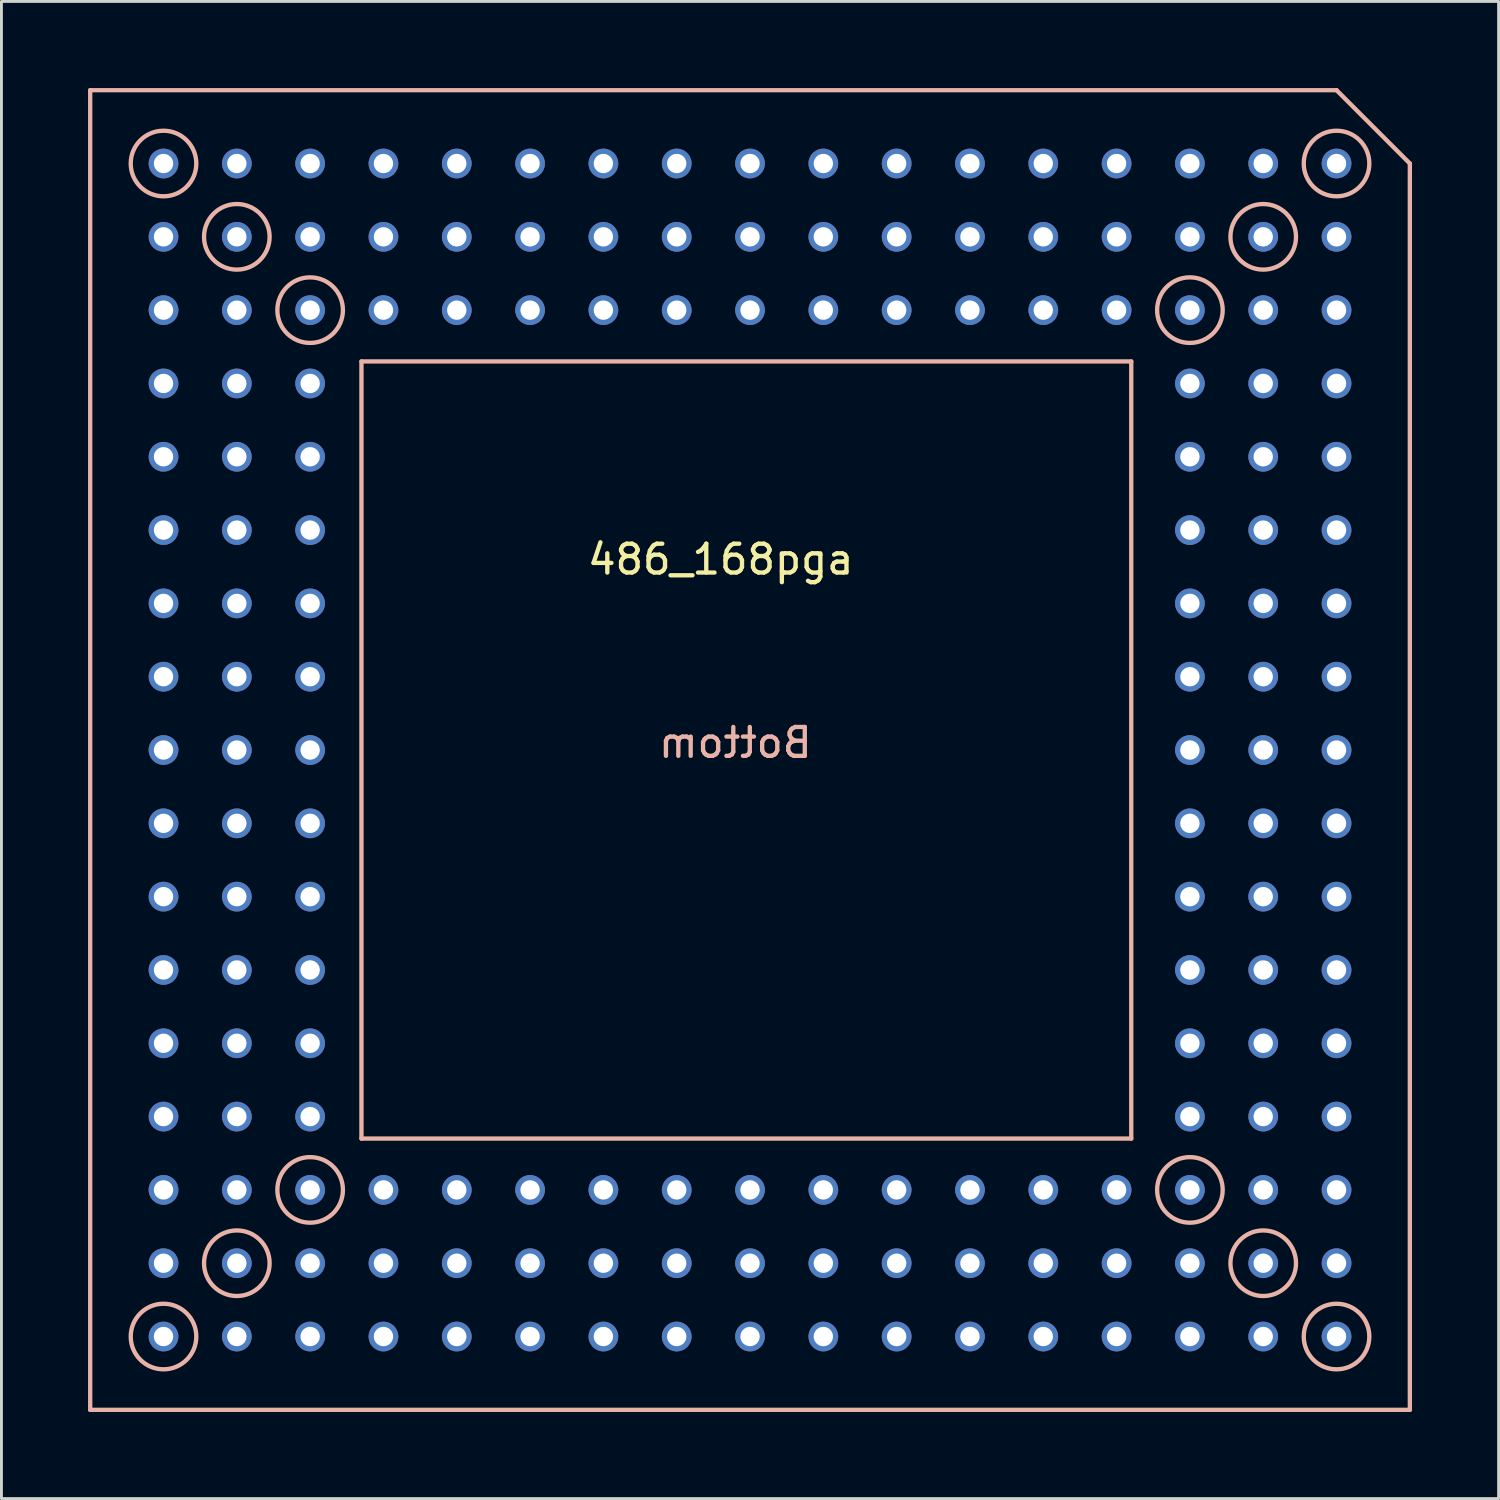
<source format=kicad_pcb>
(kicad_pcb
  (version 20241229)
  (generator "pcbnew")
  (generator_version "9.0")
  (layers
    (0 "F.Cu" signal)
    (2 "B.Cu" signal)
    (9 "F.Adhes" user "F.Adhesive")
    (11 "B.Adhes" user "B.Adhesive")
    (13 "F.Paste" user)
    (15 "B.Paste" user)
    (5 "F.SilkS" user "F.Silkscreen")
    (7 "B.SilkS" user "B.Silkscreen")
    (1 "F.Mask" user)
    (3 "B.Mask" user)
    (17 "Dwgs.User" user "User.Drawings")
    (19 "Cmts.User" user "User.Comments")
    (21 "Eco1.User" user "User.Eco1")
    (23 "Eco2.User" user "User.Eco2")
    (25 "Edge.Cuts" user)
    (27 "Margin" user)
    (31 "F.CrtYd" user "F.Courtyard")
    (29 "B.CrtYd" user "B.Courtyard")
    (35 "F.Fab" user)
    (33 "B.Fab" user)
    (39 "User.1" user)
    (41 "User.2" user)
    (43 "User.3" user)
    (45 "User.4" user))
  (footprint "486_168pga"
    (layer "F.Cu")
    (at 43.255 2.615)
    (property "Reference" "486_168pga" (at -21.336 13.716 0) (layer "F.SilkS") (effects (font (size 1 1) (thickness 0.15))))
    (attr through_hole)
    (fp_line (start -43.18 -2.54) (end 0 -2.54) (stroke (width 0.15) (type solid)) (layer "B.SilkS"))
    (fp_line (start -43.18 43.18) (end -43.18 -2.54) (stroke (width 0.15) (type solid)) (layer "B.SilkS"))
    (fp_line (start -33.782 6.858) (end -7.112 6.858) (stroke (width 0.15) (type solid)) (layer "B.SilkS"))
    (fp_line (start -33.782 33.782) (end -33.782 6.858) (stroke (width 0.15) (type solid)) (layer "B.SilkS"))
    (fp_line (start -33.782 33.782) (end -7.112 33.782) (stroke (width 0.15) (type solid)) (layer "B.SilkS"))
    (fp_line (start -7.112 33.782) (end -7.112 6.858) (stroke (width 0.15) (type solid)) (layer "B.SilkS"))
    (fp_line (start 0 -2.54) (end 2.54 0) (stroke (width 0.15) (type solid)) (layer "B.SilkS"))
    (fp_line (start 2.54 0) (end 2.54 43.18) (stroke (width 0.15) (type solid)) (layer "B.SilkS"))
    (fp_line (start 2.54 43.18) (end -43.18 43.18) (stroke (width 0.15) (type solid)) (layer "B.SilkS"))
    (fp_circle (center -40.64 0) (end -41.148 -1.016) (stroke (width 0.15) (type solid)) (fill no) (layer "B.SilkS"))
    (fp_circle (center -40.64 40.64) (end -41.148 39.624) (stroke (width 0.15) (type solid)) (fill no) (layer "B.SilkS"))
    (fp_circle (center -38.1 2.54) (end -38.608 1.524) (stroke (width 0.15) (type solid)) (fill no) (layer "B.SilkS"))
    (fp_circle (center -38.1 38.1) (end -38.608 37.084) (stroke (width 0.15) (type solid)) (fill no) (layer "B.SilkS"))
    (fp_circle (center -35.56 5.08) (end -36.068 4.064) (stroke (width 0.15) (type solid)) (fill no) (layer "B.SilkS"))
    (fp_circle (center -35.56 35.56) (end -36.068 34.544) (stroke (width 0.15) (type solid)) (fill no) (layer "B.SilkS"))
    (fp_circle (center -5.08 5.08) (end -5.588 4.064) (stroke (width 0.15) (type solid)) (fill no) (layer "B.SilkS"))
    (fp_circle (center -5.08 35.56) (end -5.588 34.544) (stroke (width 0.15) (type solid)) (fill no) (layer "B.SilkS"))
    (fp_circle (center -2.54 2.54) (end -3.048 1.524) (stroke (width 0.15) (type solid)) (fill no) (layer "B.SilkS"))
    (fp_circle (center -2.54 38.1) (end -3.048 37.084) (stroke (width 0.15) (type solid)) (fill no) (layer "B.SilkS"))
    (fp_circle (center 0 0) (end -0.508 -1.016) (stroke (width 0.15) (type solid)) (fill no) (layer "B.SilkS"))
    (fp_circle (center 0 40.64) (end -0.508 39.624) (stroke (width 0.15) (type solid)) (fill no) (layer "B.SilkS"))
    (fp_text user "Bottom" (at -20.828 20.066 180) (layer "B.SilkS") (effects (font (size 1 1) (thickness 0.15)) (justify mirror)))
    (pad "A1" thru_hole circle (at 0 0) (size 1.03 1.03) (drill 0.67) (layers "*.Cu" "*.Mask"))
    (pad "A2" thru_hole circle (at 0 2.54) (size 1.03 1.03) (drill 0.67) (layers "*.Cu" "*.Mask"))
    (pad "A3" thru_hole circle (at 0 5.08) (size 1.03 1.03) (drill 0.67) (layers "*.Cu" "*.Mask"))
    (pad "A4" thru_hole circle (at 0 7.62) (size 1.03 1.03) (drill 0.67) (layers "*.Cu" "*.Mask"))
    (pad "A5" thru_hole circle (at 0 10.16) (size 1.03 1.03) (drill 0.67) (layers "*.Cu" "*.Mask"))
    (pad "A6" thru_hole circle (at 0 12.7) (size 1.03 1.03) (drill 0.67) (layers "*.Cu" "*.Mask"))
    (pad "A7" thru_hole circle (at 0 15.24) (size 1.03 1.03) (drill 0.67) (layers "*.Cu" "*.Mask"))
    (pad "A8" thru_hole circle (at 0 17.78) (size 1.03 1.03) (drill 0.67) (layers "*.Cu" "*.Mask"))
    (pad "A9" thru_hole circle (at 0 20.32) (size 1.03 1.03) (drill 0.67) (layers "*.Cu" "*.Mask"))
    (pad "A10" thru_hole circle (at 0 22.86) (size 1.03 1.03) (drill 0.67) (layers "*.Cu" "*.Mask"))
    (pad "A11" thru_hole circle (at 0 25.4) (size 1.03 1.03) (drill 0.67) (layers "*.Cu" "*.Mask"))
    (pad "A12" thru_hole circle (at 0 27.94) (size 1.03 1.03) (drill 0.67) (layers "*.Cu" "*.Mask"))
    (pad "A13" thru_hole circle (at 0 30.48) (size 1.03 1.03) (drill 0.67) (layers "*.Cu" "*.Mask"))
    (pad "A14" thru_hole circle (at 0 33.02) (size 1.03 1.03) (drill 0.67) (layers "*.Cu" "*.Mask"))
    (pad "A15" thru_hole circle (at 0 35.56) (size 1.03 1.03) (drill 0.67) (layers "*.Cu" "*.Mask"))
    (pad "A16" thru_hole circle (at 0 38.1) (size 1.03 1.03) (drill 0.67) (layers "*.Cu" "*.Mask"))
    (pad "A17" thru_hole circle (at 0 40.64) (size 1.03 1.03) (drill 0.67) (layers "*.Cu" "*.Mask"))
    (pad "B1" thru_hole circle (at -2.54 0) (size 1.03 1.03) (drill 0.67) (layers "*.Cu" "*.Mask"))
    (pad "B2" thru_hole circle (at -2.54 2.54) (size 1.03 1.03) (drill 0.67) (layers "*.Cu" "*.Mask"))
    (pad "B3" thru_hole circle (at -2.54 5.08) (size 1.03 1.03) (drill 0.67) (layers "*.Cu" "*.Mask"))
    (pad "B4" thru_hole circle (at -2.54 7.62) (size 1.03 1.03) (drill 0.67) (layers "*.Cu" "*.Mask"))
    (pad "B5" thru_hole circle (at -2.54 10.16) (size 1.03 1.03) (drill 0.67) (layers "*.Cu" "*.Mask"))
    (pad "B6" thru_hole circle (at -2.54 12.7) (size 1.03 1.03) (drill 0.67) (layers "*.Cu" "*.Mask"))
    (pad "B7" thru_hole circle (at -2.54 15.24) (size 1.03 1.03) (drill 0.67) (layers "*.Cu" "*.Mask"))
    (pad "B8" thru_hole circle (at -2.54 17.78) (size 1.03 1.03) (drill 0.67) (layers "*.Cu" "*.Mask"))
    (pad "B9" thru_hole circle (at -2.54 20.32) (size 1.03 1.03) (drill 0.67) (layers "*.Cu" "*.Mask"))
    (pad "B10" thru_hole circle (at -2.54 22.86) (size 1.03 1.03) (drill 0.67) (layers "*.Cu" "*.Mask"))
    (pad "B11" thru_hole circle (at -2.54 25.4) (size 1.03 1.03) (drill 0.67) (layers "*.Cu" "*.Mask"))
    (pad "B12" thru_hole circle (at -2.54 27.94) (size 1.03 1.03) (drill 0.67) (layers "*.Cu" "*.Mask"))
    (pad "B13" thru_hole circle (at -2.54 30.48) (size 1.03 1.03) (drill 0.67) (layers "*.Cu" "*.Mask"))
    (pad "B14" thru_hole circle (at -2.54 33.02) (size 1.03 1.03) (drill 0.67) (layers "*.Cu" "*.Mask"))
    (pad "B15" thru_hole circle (at -2.54 35.56) (size 1.03 1.03) (drill 0.67) (layers "*.Cu" "*.Mask"))
    (pad "B16" thru_hole circle (at -2.54 38.1) (size 1.03 1.03) (drill 0.67) (layers "*.Cu" "*.Mask"))
    (pad "B17" thru_hole circle (at -2.54 40.64) (size 1.03 1.03) (drill 0.67) (layers "*.Cu" "*.Mask"))
    (pad "C1" thru_hole circle (at -5.08 0) (size 1.03 1.03) (drill 0.67) (layers "*.Cu" "*.Mask"))
    (pad "C2" thru_hole circle (at -5.08 2.54) (size 1.03 1.03) (drill 0.67) (layers "*.Cu" "*.Mask"))
    (pad "C3" thru_hole circle (at -5.08 5.08) (size 1.03 1.03) (drill 0.67) (layers "*.Cu" "*.Mask"))
    (pad "C4" thru_hole circle (at -5.08 7.62) (size 1.03 1.03) (drill 0.67) (layers "*.Cu" "*.Mask"))
    (pad "C5" thru_hole circle (at -5.08 10.16) (size 1.03 1.03) (drill 0.67) (layers "*.Cu" "*.Mask"))
    (pad "C6" thru_hole circle (at -5.08 12.7) (size 1.03 1.03) (drill 0.67) (layers "*.Cu" "*.Mask"))
    (pad "C7" thru_hole circle (at -5.08 15.24) (size 1.03 1.03) (drill 0.67) (layers "*.Cu" "*.Mask"))
    (pad "C8" thru_hole circle (at -5.08 17.78) (size 1.03 1.03) (drill 0.67) (layers "*.Cu" "*.Mask"))
    (pad "C9" thru_hole circle (at -5.08 20.32) (size 1.03 1.03) (drill 0.67) (layers "*.Cu" "*.Mask"))
    (pad "C10" thru_hole circle (at -5.08 22.86) (size 1.03 1.03) (drill 0.67) (layers "*.Cu" "*.Mask"))
    (pad "C11" thru_hole circle (at -5.08 25.4) (size 1.03 1.03) (drill 0.67) (layers "*.Cu" "*.Mask"))
    (pad "C12" thru_hole circle (at -5.08 27.94) (size 1.03 1.03) (drill 0.67) (layers "*.Cu" "*.Mask"))
    (pad "C13" thru_hole circle (at -5.08 30.48) (size 1.03 1.03) (drill 0.67) (layers "*.Cu" "*.Mask"))
    (pad "C14" thru_hole circle (at -5.08 33.02) (size 1.03 1.03) (drill 0.67) (layers "*.Cu" "*.Mask"))
    (pad "C15" thru_hole circle (at -5.08 35.56) (size 1.03 1.03) (drill 0.67) (layers "*.Cu" "*.Mask"))
    (pad "C16" thru_hole circle (at -5.08 38.1) (size 1.03 1.03) (drill 0.67) (layers "*.Cu" "*.Mask"))
    (pad "C17" thru_hole circle (at -5.08 40.64) (size 1.03 1.03) (drill 0.67) (layers "*.Cu" "*.Mask"))
    (pad "D1" thru_hole circle (at -7.62 0) (size 1.03 1.03) (drill 0.67) (layers "*.Cu" "*.Mask"))
    (pad "D2" thru_hole circle (at -7.62 2.54) (size 1.03 1.03) (drill 0.67) (layers "*.Cu" "*.Mask"))
    (pad "D3" thru_hole circle (at -7.62 5.08) (size 1.03 1.03) (drill 0.67) (layers "*.Cu" "*.Mask"))
    (pad "D15" thru_hole circle (at -7.62 35.56) (size 1.03 1.03) (drill 0.67) (layers "*.Cu" "*.Mask"))
    (pad "D16" thru_hole circle (at -7.62 38.1) (size 1.03 1.03) (drill 0.67) (layers "*.Cu" "*.Mask"))
    (pad "D17" thru_hole circle (at -7.62 40.64) (size 1.03 1.03) (drill 0.67) (layers "*.Cu" "*.Mask"))
    (pad "E1" thru_hole circle (at -10.16 0) (size 1.03 1.03) (drill 0.67) (layers "*.Cu" "*.Mask"))
    (pad "E2" thru_hole circle (at -10.16 2.54) (size 1.03 1.03) (drill 0.67) (layers "*.Cu" "*.Mask"))
    (pad "E3" thru_hole circle (at -10.16 5.08) (size 1.03 1.03) (drill 0.67) (layers "*.Cu" "*.Mask"))
    (pad "E15" thru_hole circle (at -10.16 35.56) (size 1.03 1.03) (drill 0.67) (layers "*.Cu" "*.Mask"))
    (pad "E16" thru_hole circle (at -10.16 38.1) (size 1.03 1.03) (drill 0.67) (layers "*.Cu" "*.Mask"))
    (pad "E17" thru_hole circle (at -10.16 40.64) (size 1.03 1.03) (drill 0.67) (layers "*.Cu" "*.Mask"))
    (pad "F1" thru_hole circle (at -12.7 0) (size 1.03 1.03) (drill 0.67) (layers "*.Cu" "*.Mask"))
    (pad "F2" thru_hole circle (at -12.7 2.54) (size 1.03 1.03) (drill 0.67) (layers "*.Cu" "*.Mask"))
    (pad "F3" thru_hole circle (at -12.7 5.08) (size 1.03 1.03) (drill 0.67) (layers "*.Cu" "*.Mask"))
    (pad "F15" thru_hole circle (at -12.7 35.56) (size 1.03 1.03) (drill 0.67) (layers "*.Cu" "*.Mask"))
    (pad "F16" thru_hole circle (at -12.7 38.1) (size 1.03 1.03) (drill 0.67) (layers "*.Cu" "*.Mask"))
    (pad "F17" thru_hole circle (at -12.7 40.64) (size 1.03 1.03) (drill 0.67) (layers "*.Cu" "*.Mask"))
    (pad "G1" thru_hole circle (at -15.24 0) (size 1.03 1.03) (drill 0.67) (layers "*.Cu" "*.Mask"))
    (pad "G2" thru_hole circle (at -15.24 2.54) (size 1.03 1.03) (drill 0.67) (layers "*.Cu" "*.Mask"))
    (pad "G3" thru_hole circle (at -15.24 5.08) (size 1.03 1.03) (drill 0.67) (layers "*.Cu" "*.Mask"))
    (pad "G15" thru_hole circle (at -15.24 35.56) (size 1.03 1.03) (drill 0.67) (layers "*.Cu" "*.Mask"))
    (pad "G16" thru_hole circle (at -15.24 38.1) (size 1.03 1.03) (drill 0.67) (layers "*.Cu" "*.Mask"))
    (pad "G17" thru_hole circle (at -15.24 40.64) (size 1.03 1.03) (drill 0.67) (layers "*.Cu" "*.Mask"))
    (pad "H1" thru_hole circle (at -17.78 0) (size 1.03 1.03) (drill 0.67) (layers "*.Cu" "*.Mask"))
    (pad "H2" thru_hole circle (at -17.78 2.54) (size 1.03 1.03) (drill 0.67) (layers "*.Cu" "*.Mask"))
    (pad "H3" thru_hole circle (at -17.78 5.08) (size 1.03 1.03) (drill 0.67) (layers "*.Cu" "*.Mask"))
    (pad "H15" thru_hole circle (at -17.78 35.56) (size 1.03 1.03) (drill 0.67) (layers "*.Cu" "*.Mask"))
    (pad "H16" thru_hole circle (at -17.78 38.1) (size 1.03 1.03) (drill 0.67) (layers "*.Cu" "*.Mask"))
    (pad "H17" thru_hole circle (at -17.78 40.64) (size 1.03 1.03) (drill 0.67) (layers "*.Cu" "*.Mask"))
    (pad "J1" thru_hole circle (at -20.32 0) (size 1.03 1.03) (drill 0.67) (layers "*.Cu" "*.Mask"))
    (pad "J2" thru_hole circle (at -20.32 2.54) (size 1.03 1.03) (drill 0.67) (layers "*.Cu" "*.Mask"))
    (pad "J3" thru_hole circle (at -20.32 5.08) (size 1.03 1.03) (drill 0.67) (layers "*.Cu" "*.Mask"))
    (pad "J15" thru_hole circle (at -20.32 35.56) (size 1.03 1.03) (drill 0.67) (layers "*.Cu" "*.Mask"))
    (pad "J16" thru_hole circle (at -20.32 38.1) (size 1.03 1.03) (drill 0.67) (layers "*.Cu" "*.Mask"))
    (pad "J17" thru_hole circle (at -20.32 40.64) (size 1.03 1.03) (drill 0.67) (layers "*.Cu" "*.Mask"))
    (pad "K1" thru_hole circle (at -22.86 0) (size 1.03 1.03) (drill 0.67) (layers "*.Cu" "*.Mask"))
    (pad "K2" thru_hole circle (at -22.86 2.54) (size 1.03 1.03) (drill 0.67) (layers "*.Cu" "*.Mask"))
    (pad "K3" thru_hole circle (at -22.86 5.08) (size 1.03 1.03) (drill 0.67) (layers "*.Cu" "*.Mask"))
    (pad "K15" thru_hole circle (at -22.86 35.56) (size 1.03 1.03) (drill 0.67) (layers "*.Cu" "*.Mask"))
    (pad "K16" thru_hole circle (at -22.86 38.1) (size 1.03 1.03) (drill 0.67) (layers "*.Cu" "*.Mask"))
    (pad "K17" thru_hole circle (at -22.86 40.64) (size 1.03 1.03) (drill 0.67) (layers "*.Cu" "*.Mask"))
    (pad "L1" thru_hole circle (at -25.4 0) (size 1.03 1.03) (drill 0.67) (layers "*.Cu" "*.Mask"))
    (pad "L2" thru_hole circle (at -25.4 2.54) (size 1.03 1.03) (drill 0.67) (layers "*.Cu" "*.Mask"))
    (pad "L3" thru_hole circle (at -25.4 5.08) (size 1.03 1.03) (drill 0.67) (layers "*.Cu" "*.Mask"))
    (pad "L15" thru_hole circle (at -25.4 35.56) (size 1.03 1.03) (drill 0.67) (layers "*.Cu" "*.Mask"))
    (pad "L16" thru_hole circle (at -25.4 38.1) (size 1.03 1.03) (drill 0.67) (layers "*.Cu" "*.Mask"))
    (pad "L17" thru_hole circle (at -25.4 40.64) (size 1.03 1.03) (drill 0.67) (layers "*.Cu" "*.Mask"))
    (pad "M1" thru_hole circle (at -27.94 0) (size 1.03 1.03) (drill 0.67) (layers "*.Cu" "*.Mask"))
    (pad "M2" thru_hole circle (at -27.94 2.54) (size 1.03 1.03) (drill 0.67) (layers "*.Cu" "*.Mask"))
    (pad "M3" thru_hole circle (at -27.94 5.08) (size 1.03 1.03) (drill 0.67) (layers "*.Cu" "*.Mask"))
    (pad "M15" thru_hole circle (at -27.94 35.56) (size 1.03 1.03) (drill 0.67) (layers "*.Cu" "*.Mask"))
    (pad "M16" thru_hole circle (at -27.94 38.1) (size 1.03 1.03) (drill 0.67) (layers "*.Cu" "*.Mask"))
    (pad "M17" thru_hole circle (at -27.94 40.64) (size 1.03 1.03) (drill 0.67) (layers "*.Cu" "*.Mask"))
    (pad "N1" thru_hole circle (at -30.48 0) (size 1.03 1.03) (drill 0.67) (layers "*.Cu" "*.Mask"))
    (pad "N2" thru_hole circle (at -30.48 2.54) (size 1.03 1.03) (drill 0.67) (layers "*.Cu" "*.Mask"))
    (pad "N3" thru_hole circle (at -30.48 5.08) (size 1.03 1.03) (drill 0.67) (layers "*.Cu" "*.Mask"))
    (pad "N15" thru_hole circle (at -30.48 35.56) (size 1.03 1.03) (drill 0.67) (layers "*.Cu" "*.Mask"))
    (pad "N16" thru_hole circle (at -30.48 38.1) (size 1.03 1.03) (drill 0.67) (layers "*.Cu" "*.Mask"))
    (pad "N17" thru_hole circle (at -30.48 40.64) (size 1.03 1.03) (drill 0.67) (layers "*.Cu" "*.Mask"))
    (pad "P1" thru_hole circle (at -33.02 0) (size 1.03 1.03) (drill 0.67) (layers "*.Cu" "*.Mask"))
    (pad "P2" thru_hole circle (at -33.02 2.54) (size 1.03 1.03) (drill 0.67) (layers "*.Cu" "*.Mask"))
    (pad "P3" thru_hole circle (at -33.02 5.08) (size 1.03 1.03) (drill 0.67) (layers "*.Cu" "*.Mask"))
    (pad "P15" thru_hole circle (at -33.02 35.56) (size 1.03 1.03) (drill 0.67) (layers "*.Cu" "*.Mask"))
    (pad "P16" thru_hole circle (at -33.02 38.1) (size 1.03 1.03) (drill 0.67) (layers "*.Cu" "*.Mask"))
    (pad "P17" thru_hole circle (at -33.02 40.64) (size 1.03 1.03) (drill 0.67) (layers "*.Cu" "*.Mask"))
    (pad "Q1" thru_hole circle (at -35.56 0) (size 1.03 1.03) (drill 0.67) (layers "*.Cu" "*.Mask"))
    (pad "Q2" thru_hole circle (at -35.56 2.54) (size 1.03 1.03) (drill 0.67) (layers "*.Cu" "*.Mask"))
    (pad "Q3" thru_hole circle (at -35.56 5.08) (size 1.03 1.03) (drill 0.67) (layers "*.Cu" "*.Mask"))
    (pad "Q4" thru_hole circle (at -35.56 7.62) (size 1.03 1.03) (drill 0.67) (layers "*.Cu" "*.Mask"))
    (pad "Q5" thru_hole circle (at -35.56 10.16) (size 1.03 1.03) (drill 0.67) (layers "*.Cu" "*.Mask"))
    (pad "Q6" thru_hole circle (at -35.56 12.7) (size 1.03 1.03) (drill 0.67) (layers "*.Cu" "*.Mask"))
    (pad "Q7" thru_hole circle (at -35.56 15.24) (size 1.03 1.03) (drill 0.67) (layers "*.Cu" "*.Mask"))
    (pad "Q8" thru_hole circle (at -35.56 17.78) (size 1.03 1.03) (drill 0.67) (layers "*.Cu" "*.Mask"))
    (pad "Q9" thru_hole circle (at -35.56 20.32) (size 1.03 1.03) (drill 0.67) (layers "*.Cu" "*.Mask"))
    (pad "Q10" thru_hole circle (at -35.56 22.86) (size 1.03 1.03) (drill 0.67) (layers "*.Cu" "*.Mask"))
    (pad "Q11" thru_hole circle (at -35.56 25.4) (size 1.03 1.03) (drill 0.67) (layers "*.Cu" "*.Mask"))
    (pad "Q12" thru_hole circle (at -35.56 27.94) (size 1.03 1.03) (drill 0.67) (layers "*.Cu" "*.Mask"))
    (pad "Q13" thru_hole circle (at -35.56 30.48) (size 1.03 1.03) (drill 0.67) (layers "*.Cu" "*.Mask"))
    (pad "Q14" thru_hole circle (at -35.56 33.02) (size 1.03 1.03) (drill 0.67) (layers "*.Cu" "*.Mask"))
    (pad "Q15" thru_hole circle (at -35.56 35.56) (size 1.03 1.03) (drill 0.67) (layers "*.Cu" "*.Mask"))
    (pad "Q16" thru_hole circle (at -35.56 38.1) (size 1.03 1.03) (drill 0.67) (layers "*.Cu" "*.Mask"))
    (pad "Q17" thru_hole circle (at -35.56 40.64) (size 1.03 1.03) (drill 0.67) (layers "*.Cu" "*.Mask"))
    (pad "R1" thru_hole circle (at -38.1 0) (size 1.03 1.03) (drill 0.67) (layers "*.Cu" "*.Mask"))
    (pad "R2" thru_hole circle (at -38.1 2.54) (size 1.03 1.03) (drill 0.67) (layers "*.Cu" "*.Mask"))
    (pad "R3" thru_hole circle (at -38.1 5.08) (size 1.03 1.03) (drill 0.67) (layers "*.Cu" "*.Mask"))
    (pad "R4" thru_hole circle (at -38.1 7.62) (size 1.03 1.03) (drill 0.67) (layers "*.Cu" "*.Mask"))
    (pad "R5" thru_hole circle (at -38.1 10.16) (size 1.03 1.03) (drill 0.67) (layers "*.Cu" "*.Mask"))
    (pad "R6" thru_hole circle (at -38.1 12.7) (size 1.03 1.03) (drill 0.67) (layers "*.Cu" "*.Mask"))
    (pad "R7" thru_hole circle (at -38.1 15.24) (size 1.03 1.03) (drill 0.67) (layers "*.Cu" "*.Mask"))
    (pad "R8" thru_hole circle (at -38.1 17.78) (size 1.03 1.03) (drill 0.67) (layers "*.Cu" "*.Mask"))
    (pad "R9" thru_hole circle (at -38.1 20.32) (size 1.03 1.03) (drill 0.67) (layers "*.Cu" "*.Mask"))
    (pad "R10" thru_hole circle (at -38.1 22.86) (size 1.03 1.03) (drill 0.67) (layers "*.Cu" "*.Mask"))
    (pad "R11" thru_hole circle (at -38.1 25.4) (size 1.03 1.03) (drill 0.67) (layers "*.Cu" "*.Mask"))
    (pad "R12" thru_hole circle (at -38.1 27.94) (size 1.03 1.03) (drill 0.67) (layers "*.Cu" "*.Mask"))
    (pad "R13" thru_hole circle (at -38.1 30.48) (size 1.03 1.03) (drill 0.67) (layers "*.Cu" "*.Mask"))
    (pad "R14" thru_hole circle (at -38.1 33.02) (size 1.03 1.03) (drill 0.67) (layers "*.Cu" "*.Mask"))
    (pad "R15" thru_hole circle (at -38.1 35.56) (size 1.03 1.03) (drill 0.67) (layers "*.Cu" "*.Mask"))
    (pad "R16" thru_hole circle (at -38.1 38.1) (size 1.03 1.03) (drill 0.67) (layers "*.Cu" "*.Mask"))
    (pad "R17" thru_hole circle (at -38.1 40.64) (size 1.03 1.03) (drill 0.67) (layers "*.Cu" "*.Mask"))
    (pad "S1" thru_hole circle (at -40.64 0) (size 1.03 1.03) (drill 0.67) (layers "*.Cu" "*.Mask"))
    (pad "S2" thru_hole circle (at -40.64 2.54) (size 1.03 1.03) (drill 0.67) (layers "*.Cu" "*.Mask"))
    (pad "S3" thru_hole circle (at -40.64 5.08) (size 1.03 1.03) (drill 0.67) (layers "*.Cu" "*.Mask"))
    (pad "S4" thru_hole circle (at -40.64 7.62) (size 1.03 1.03) (drill 0.67) (layers "*.Cu" "*.Mask"))
    (pad "S5" thru_hole circle (at -40.64 10.16) (size 1.03 1.03) (drill 0.67) (layers "*.Cu" "*.Mask"))
    (pad "S6" thru_hole circle (at -40.64 12.7) (size 1.03 1.03) (drill 0.67) (layers "*.Cu" "*.Mask"))
    (pad "S7" thru_hole circle (at -40.64 15.24) (size 1.03 1.03) (drill 0.67) (layers "*.Cu" "*.Mask"))
    (pad "S8" thru_hole circle (at -40.64 17.78) (size 1.03 1.03) (drill 0.67) (layers "*.Cu" "*.Mask"))
    (pad "S9" thru_hole circle (at -40.64 20.32) (size 1.03 1.03) (drill 0.67) (layers "*.Cu" "*.Mask"))
    (pad "S10" thru_hole circle (at -40.64 22.86) (size 1.03 1.03) (drill 0.67) (layers "*.Cu" "*.Mask"))
    (pad "S11" thru_hole circle (at -40.64 25.4) (size 1.03 1.03) (drill 0.67) (layers "*.Cu" "*.Mask"))
    (pad "S12" thru_hole circle (at -40.64 27.94) (size 1.03 1.03) (drill 0.67) (layers "*.Cu" "*.Mask"))
    (pad "S13" thru_hole circle (at -40.64 30.48) (size 1.03 1.03) (drill 0.67) (layers "*.Cu" "*.Mask"))
    (pad "S14" thru_hole circle (at -40.64 33.02) (size 1.03 1.03) (drill 0.67) (layers "*.Cu" "*.Mask"))
    (pad "S15" thru_hole circle (at -40.64 35.56) (size 1.03 1.03) (drill 0.67) (layers "*.Cu" "*.Mask"))
    (pad "S16" thru_hole circle (at -40.64 38.1) (size 1.03 1.03) (drill 0.67) (layers "*.Cu" "*.Mask"))
    (pad "S17" thru_hole circle (at -40.64 40.64) (size 1.03 1.03) (drill 0.67) (layers "*.Cu" "*.Mask")))
  (gr_rect
    (start -3 -3)
    (end 48.87 48.87)
    (stroke (width 0.1) (type default))
    (fill no)
    (layer "Edge.Cuts")))
</source>
